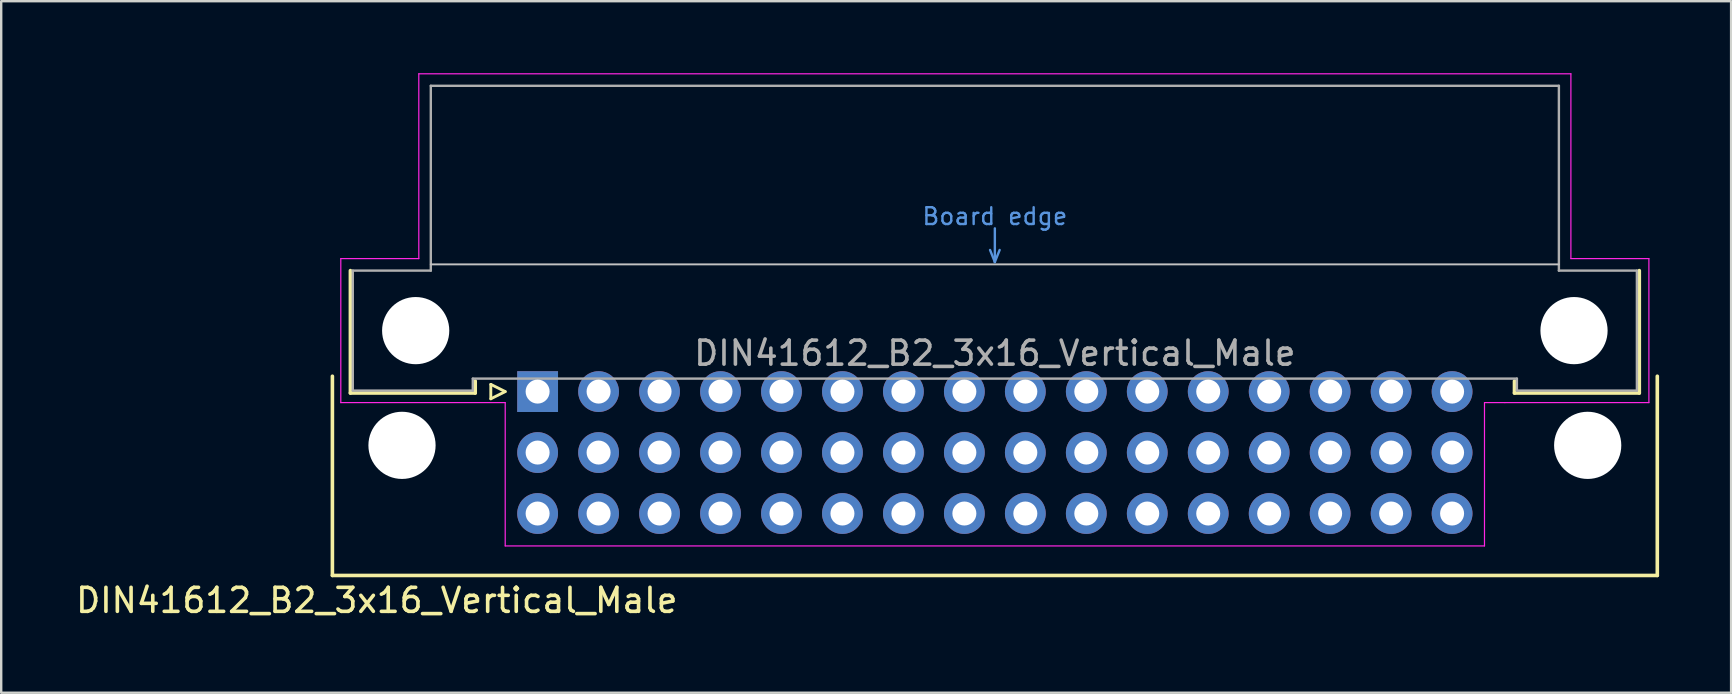
<source format=kicad_pcb>
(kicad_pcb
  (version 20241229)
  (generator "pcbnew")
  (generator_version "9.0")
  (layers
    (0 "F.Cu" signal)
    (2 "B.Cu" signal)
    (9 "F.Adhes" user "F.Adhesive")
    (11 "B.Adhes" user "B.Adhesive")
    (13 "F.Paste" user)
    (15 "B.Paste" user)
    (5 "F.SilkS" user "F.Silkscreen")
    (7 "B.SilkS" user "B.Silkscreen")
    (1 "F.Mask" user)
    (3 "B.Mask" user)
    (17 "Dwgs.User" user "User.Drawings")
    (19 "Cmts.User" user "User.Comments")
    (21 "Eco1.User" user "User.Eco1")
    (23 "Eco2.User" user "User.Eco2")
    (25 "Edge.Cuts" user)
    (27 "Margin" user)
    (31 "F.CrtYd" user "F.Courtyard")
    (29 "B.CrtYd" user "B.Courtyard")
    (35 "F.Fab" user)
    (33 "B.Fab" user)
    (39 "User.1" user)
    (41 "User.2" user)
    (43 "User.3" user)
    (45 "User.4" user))
  (footprint "DIN41612_B2_3x16_Vertical_Male"
    (layer "F.Cu")
    (at 19.349 13.265)
    (property "Reference" "DIN41612_B2_3x16_Vertical_Male" (at -6.7 8.7 0) (layer "F.SilkS") (effects (font (size 1 1) (thickness 0.15))))
    (attr through_hole)
    (fp_line (start -8.55 -0.64) (end -8.55 7.66) (stroke (width 0.15) (type solid)) (layer "F.SilkS"))
    (fp_line (start -8.55 7.66) (end 46.65 7.66) (stroke (width 0.15) (type solid)) (layer "F.SilkS"))
    (fp_line (start -7.8 0.06) (end -7.8 -5.04) (stroke (width 0.15) (type solid)) (layer "F.SilkS"))
    (fp_line (start -2.6 -0.44) (end -2.6 0.06) (stroke (width 0.15) (type solid)) (layer "F.SilkS"))
    (fp_line (start -2.6 0.06) (end -7.8 0.06) (stroke (width 0.15) (type solid)) (layer "F.SilkS"))
    (fp_line (start -1.95 -0.3) (end -1.95 0.3) (stroke (width 0.12) (type solid)) (layer "F.SilkS"))
    (fp_line (start -1.95 0.3) (end -1.35 0) (stroke (width 0.12) (type solid)) (layer "F.SilkS"))
    (fp_line (start -1.35 0) (end -1.95 -0.3) (stroke (width 0.12) (type solid)) (layer "F.SilkS"))
    (fp_line (start 40.7 -0.44) (end 40.7 0.06) (stroke (width 0.15) (type solid)) (layer "F.SilkS"))
    (fp_line (start 40.7 0.06) (end 45.9 0.06) (stroke (width 0.15) (type solid)) (layer "F.SilkS"))
    (fp_line (start 45.9 0.06) (end 45.9 -5.04) (stroke (width 0.15) (type solid)) (layer "F.SilkS"))
    (fp_line (start 46.65 7.66) (end 46.65 -0.64) (stroke (width 0.15) (type solid)) (layer "F.SilkS"))
    (fp_line (start -4.45 -5.3) (end 42.55 -5.3) (stroke (width 0.08) (type solid)) (layer "Dwgs.User"))
    (fp_line (start 18.85 -5.9) (end 19.05 -5.4) (stroke (width 0.1) (type solid)) (layer "Cmts.User"))
    (fp_line (start 19.05 -6.8) (end 19.05 -5.4) (stroke (width 0.1) (type solid)) (layer "Cmts.User"))
    (fp_line (start 19.05 -5.4) (end 19.25 -5.9) (stroke (width 0.1) (type solid)) (layer "Cmts.User"))
    (fp_line (start -8.2 -5.54) (end -4.95 -5.54) (stroke (width 0.05) (type solid)) (layer "F.CrtYd"))
    (fp_line (start -8.2 0.46) (end -8.2 -5.54) (stroke (width 0.05) (type solid)) (layer "F.CrtYd"))
    (fp_line (start -4.95 -13.24) (end 43.05 -13.24) (stroke (width 0.05) (type solid)) (layer "F.CrtYd"))
    (fp_line (start -4.95 -5.54) (end -4.95 -13.24) (stroke (width 0.05) (type solid)) (layer "F.CrtYd"))
    (fp_line (start -1.35 0.46) (end -8.2 0.46) (stroke (width 0.05) (type solid)) (layer "F.CrtYd"))
    (fp_line (start -1.35 6.43) (end -1.35 0.46) (stroke (width 0.05) (type solid)) (layer "F.CrtYd"))
    (fp_line (start 39.45 0.46) (end 39.45 6.43) (stroke (width 0.05) (type solid)) (layer "F.CrtYd"))
    (fp_line (start 39.45 6.43) (end -1.35 6.43) (stroke (width 0.05) (type solid)) (layer "F.CrtYd"))
    (fp_line (start 40.3 0.46) (end 39.45 0.46) (stroke (width 0.05) (type solid)) (layer "F.CrtYd"))
    (fp_line (start 43.05 -13.24) (end 43.05 -5.54) (stroke (width 0.05) (type solid)) (layer "F.CrtYd"))
    (fp_line (start 43.05 -5.54) (end 46.3 -5.54) (stroke (width 0.05) (type solid)) (layer "F.CrtYd"))
    (fp_line (start 46.3 -5.54) (end 46.3 0.46) (stroke (width 0.05) (type solid)) (layer "F.CrtYd"))
    (fp_line (start 46.3 0.46) (end 40.3 0.46) (stroke (width 0.05) (type solid)) (layer "F.CrtYd"))
    (fp_line (start -7.7 -5.04) (end -4.45 -5.04) (stroke (width 0.1) (type solid)) (layer "F.Fab"))
    (fp_line (start -7.7 -0.04) (end -7.7 -5.04) (stroke (width 0.1) (type solid)) (layer "F.Fab"))
    (fp_line (start -4.45 -12.74) (end 42.55 -12.74) (stroke (width 0.1) (type solid)) (layer "F.Fab"))
    (fp_line (start -4.45 -5.04) (end -4.45 -12.74) (stroke (width 0.1) (type solid)) (layer "F.Fab"))
    (fp_line (start -2.7 -0.54) (end -2.7 -0.04) (stroke (width 0.1) (type solid)) (layer "F.Fab"))
    (fp_line (start -2.7 -0.04) (end -7.7 -0.04) (stroke (width 0.1) (type solid)) (layer "F.Fab"))
    (fp_line (start 40.8 -0.54) (end -2.7 -0.54) (stroke (width 0.1) (type solid)) (layer "F.Fab"))
    (fp_line (start 40.8 -0.04) (end 40.8 -0.54) (stroke (width 0.1) (type solid)) (layer "F.Fab"))
    (fp_line (start 42.55 -12.74) (end 42.55 -5.04) (stroke (width 0.1) (type solid)) (layer "F.Fab"))
    (fp_line (start 42.55 -5.04) (end 45.8 -5.04) (stroke (width 0.1) (type solid)) (layer "F.Fab"))
    (fp_line (start 45.8 -5.04) (end 45.8 -0.04) (stroke (width 0.1) (type solid)) (layer "F.Fab"))
    (fp_line (start 45.8 -0.04) (end 40.8 -0.04) (stroke (width 0.1) (type solid)) (layer "F.Fab"))
    (fp_text user "Board edge" (at 19.05 -7.3 0) (layer "Cmts.User") (effects (font (size 0.7 0.7) (thickness 0.1))))
    (fp_text user "${REFERENCE}" (at 19.05 -1.6 0) (layer "F.Fab") (effects (font (size 1 1) (thickness 0.15))))
    (pad "" np_thru_hole circle (at -5.65 2.24) (size 2.8 2.8) (drill 2.8) (layers "*.Cu" "*.Mask"))
    (pad "" np_thru_hole circle (at -5.08 -2.54) (size 2.8 2.8) (drill 2.8) (layers "*.Cu" "*.Mask"))
    (pad "" np_thru_hole circle (at 43.18 -2.54) (size 2.8 2.8) (drill 2.8) (layers "*.Cu" "*.Mask"))
    (pad "" np_thru_hole circle (at 43.75 2.24 180) (size 2.8 2.8) (drill 2.8) (layers "*.Cu" "*.Mask"))
    (pad "A1" thru_hole rect (at 0 0) (size 1.7 1.7) (drill 1) (layers "*.Cu" "*.Mask"))
    (pad "A2" thru_hole circle (at 2.54 0) (size 1.7 1.7) (drill 1) (layers "*.Cu" "*.Mask"))
    (pad "A3" thru_hole circle (at 5.08 0) (size 1.7 1.7) (drill 1) (layers "*.Cu" "*.Mask"))
    (pad "A4" thru_hole circle (at 7.62 0) (size 1.7 1.7) (drill 1) (layers "*.Cu" "*.Mask"))
    (pad "A5" thru_hole circle (at 10.16 0) (size 1.7 1.7) (drill 1) (layers "*.Cu" "*.Mask"))
    (pad "A6" thru_hole circle (at 12.7 0) (size 1.7 1.7) (drill 1) (layers "*.Cu" "*.Mask"))
    (pad "A7" thru_hole circle (at 15.24 0) (size 1.7 1.7) (drill 1) (layers "*.Cu" "*.Mask"))
    (pad "A8" thru_hole circle (at 17.78 0) (size 1.7 1.7) (drill 1) (layers "*.Cu" "*.Mask"))
    (pad "A9" thru_hole circle (at 20.32 0) (size 1.7 1.7) (drill 1) (layers "*.Cu" "*.Mask"))
    (pad "A10" thru_hole circle (at 22.86 0) (size 1.7 1.7) (drill 1) (layers "*.Cu" "*.Mask"))
    (pad "A11" thru_hole circle (at 25.4 0) (size 1.7 1.7) (drill 1) (layers "*.Cu" "*.Mask"))
    (pad "A12" thru_hole circle (at 27.94 0) (size 1.7 1.7) (drill 1) (layers "*.Cu" "*.Mask"))
    (pad "A13" thru_hole circle (at 30.48 0) (size 1.7 1.7) (drill 1) (layers "*.Cu" "*.Mask"))
    (pad "A14" thru_hole circle (at 33.02 0) (size 1.7 1.7) (drill 1) (layers "*.Cu" "*.Mask"))
    (pad "A15" thru_hole circle (at 35.56 0) (size 1.7 1.7) (drill 1) (layers "*.Cu" "*.Mask"))
    (pad "A16" thru_hole circle (at 38.1 0) (size 1.7 1.7) (drill 1) (layers "*.Cu" "*.Mask"))
    (pad "B1" thru_hole circle (at 0 2.54) (size 1.7 1.7) (drill 1) (layers "*.Cu" "*.Mask"))
    (pad "B2" thru_hole circle (at 2.54 2.54) (size 1.7 1.7) (drill 1) (layers "*.Cu" "*.Mask"))
    (pad "B3" thru_hole circle (at 5.08 2.54) (size 1.7 1.7) (drill 1) (layers "*.Cu" "*.Mask"))
    (pad "B4" thru_hole circle (at 7.62 2.54) (size 1.7 1.7) (drill 1) (layers "*.Cu" "*.Mask"))
    (pad "B5" thru_hole circle (at 10.16 2.54) (size 1.7 1.7) (drill 1) (layers "*.Cu" "*.Mask"))
    (pad "B6" thru_hole circle (at 12.7 2.54) (size 1.7 1.7) (drill 1) (layers "*.Cu" "*.Mask"))
    (pad "B7" thru_hole circle (at 15.24 2.54) (size 1.7 1.7) (drill 1) (layers "*.Cu" "*.Mask"))
    (pad "B8" thru_hole circle (at 17.78 2.54) (size 1.7 1.7) (drill 1) (layers "*.Cu" "*.Mask"))
    (pad "B9" thru_hole circle (at 20.32 2.54) (size 1.7 1.7) (drill 1) (layers "*.Cu" "*.Mask"))
    (pad "B10" thru_hole circle (at 22.86 2.54) (size 1.7 1.7) (drill 1) (layers "*.Cu" "*.Mask"))
    (pad "B11" thru_hole circle (at 25.4 2.54) (size 1.7 1.7) (drill 1) (layers "*.Cu" "*.Mask"))
    (pad "B12" thru_hole circle (at 27.94 2.54) (size 1.7 1.7) (drill 1) (layers "*.Cu" "*.Mask"))
    (pad "B13" thru_hole circle (at 30.48 2.54) (size 1.7 1.7) (drill 1) (layers "*.Cu" "*.Mask"))
    (pad "B14" thru_hole circle (at 33.02 2.54) (size 1.7 1.7) (drill 1) (layers "*.Cu" "*.Mask"))
    (pad "B15" thru_hole circle (at 35.56 2.54) (size 1.7 1.7) (drill 1) (layers "*.Cu" "*.Mask"))
    (pad "B16" thru_hole circle (at 38.1 2.54) (size 1.7 1.7) (drill 1) (layers "*.Cu" "*.Mask"))
    (pad "C1" thru_hole circle (at 0 5.08) (size 1.7 1.7) (drill 1) (layers "*.Cu" "*.Mask"))
    (pad "C2" thru_hole circle (at 2.54 5.08) (size 1.7 1.7) (drill 1) (layers "*.Cu" "*.Mask"))
    (pad "C3" thru_hole circle (at 5.08 5.08) (size 1.7 1.7) (drill 1) (layers "*.Cu" "*.Mask"))
    (pad "C4" thru_hole circle (at 7.62 5.08) (size 1.7 1.7) (drill 1) (layers "*.Cu" "*.Mask"))
    (pad "C5" thru_hole circle (at 10.16 5.08) (size 1.7 1.7) (drill 1) (layers "*.Cu" "*.Mask"))
    (pad "C6" thru_hole circle (at 12.7 5.08) (size 1.7 1.7) (drill 1) (layers "*.Cu" "*.Mask"))
    (pad "C7" thru_hole circle (at 15.24 5.08) (size 1.7 1.7) (drill 1) (layers "*.Cu" "*.Mask"))
    (pad "C8" thru_hole circle (at 17.78 5.08) (size 1.7 1.7) (drill 1) (layers "*.Cu" "*.Mask"))
    (pad "C9" thru_hole circle (at 20.32 5.08) (size 1.7 1.7) (drill 1) (layers "*.Cu" "*.Mask"))
    (pad "C10" thru_hole circle (at 22.86 5.08) (size 1.7 1.7) (drill 1) (layers "*.Cu" "*.Mask"))
    (pad "C11" thru_hole circle (at 25.4 5.08) (size 1.7 1.7) (drill 1) (layers "*.Cu" "*.Mask"))
    (pad "C12" thru_hole circle (at 27.94 5.08) (size 1.7 1.7) (drill 1) (layers "*.Cu" "*.Mask"))
    (pad "C13" thru_hole circle (at 30.48 5.08) (size 1.7 1.7) (drill 1) (layers "*.Cu" "*.Mask"))
    (pad "C14" thru_hole circle (at 33.02 5.08) (size 1.7 1.7) (drill 1) (layers "*.Cu" "*.Mask"))
    (pad "C15" thru_hole circle (at 35.56 5.08) (size 1.7 1.7) (drill 1) (layers "*.Cu" "*.Mask"))
    (pad "C16" thru_hole circle (at 38.1 5.08) (size 1.7 1.7) (drill 1) (layers "*.Cu" "*.Mask")))
  (gr_rect
    (start -3 -3)
    (end 69.074 25.813)
    (stroke (width 0.1) (type default))
    (fill no)
    (layer "Edge.Cuts")))
</source>
